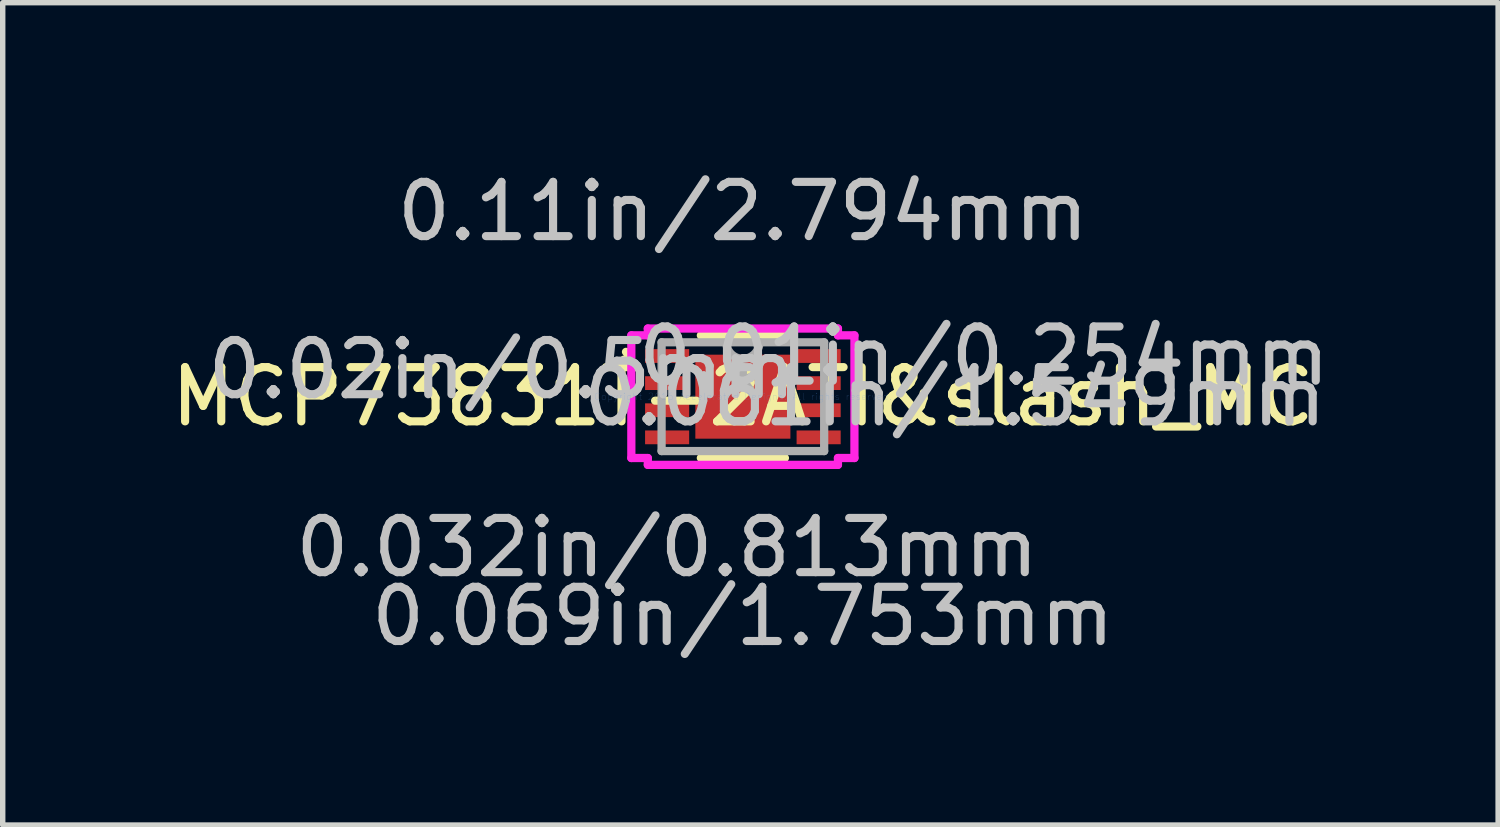
<source format=kicad_pcb>
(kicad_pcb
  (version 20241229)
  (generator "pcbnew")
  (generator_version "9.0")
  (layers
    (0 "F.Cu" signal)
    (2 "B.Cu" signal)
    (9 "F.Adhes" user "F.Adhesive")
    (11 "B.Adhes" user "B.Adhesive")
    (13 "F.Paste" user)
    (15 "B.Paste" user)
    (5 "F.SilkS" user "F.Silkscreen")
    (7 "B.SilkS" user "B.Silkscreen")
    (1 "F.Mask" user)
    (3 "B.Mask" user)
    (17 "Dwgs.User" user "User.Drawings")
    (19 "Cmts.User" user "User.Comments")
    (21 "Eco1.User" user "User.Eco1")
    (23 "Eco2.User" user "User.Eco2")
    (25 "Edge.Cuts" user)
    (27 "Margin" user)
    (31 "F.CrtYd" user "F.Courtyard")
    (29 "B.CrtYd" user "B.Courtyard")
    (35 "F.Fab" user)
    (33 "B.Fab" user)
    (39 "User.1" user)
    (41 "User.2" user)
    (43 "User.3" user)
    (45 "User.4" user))
  (footprint "MCP73831T-2ATI&slash_MC"
    (layer "F.Cu")
    (at 10.649 4.265)
    (property "Reference" "MCP73831T-2ATI&slash_MC" (at 0 0 0) (layer "F.SilkS") (effects (font (size 1 1) (thickness 0.15))))
    (attr through_hole)
    (fp_line (start -0.775 1.13) (end 0.775 1.13) (stroke (width 0.152) (type solid)) (layer "F.SilkS"))
    (fp_line (start 0.775 -1.13) (end -0.775 -1.13) (stroke (width 0.152) (type solid)) (layer "F.SilkS"))
    (fp_arc (start -2.155 -0.8262) (mid -2.081171 -0.73114) (end -2.191546 -0.683136) (stroke (width 0.1524) (type solid)) (layer "F.SilkS"))
    (fp_line (start -2.057 -1.131) (end -1.753 -1.131) (stroke (width 0.152) (type solid)) (layer "F.CrtYd"))
    (fp_line (start -2.057 1.131) (end -2.057 -1.131) (stroke (width 0.152) (type solid)) (layer "F.CrtYd"))
    (fp_line (start -1.753 -1.257) (end 1.753 -1.257) (stroke (width 0.152) (type solid)) (layer "F.CrtYd"))
    (fp_line (start -1.753 -1.131) (end -1.753 -1.257) (stroke (width 0.152) (type solid)) (layer "F.CrtYd"))
    (fp_line (start -1.753 1.131) (end -2.057 1.131) (stroke (width 0.152) (type solid)) (layer "F.CrtYd"))
    (fp_line (start -1.753 1.257) (end -1.753 1.131) (stroke (width 0.152) (type solid)) (layer "F.CrtYd"))
    (fp_line (start 1.753 -1.257) (end 1.753 -1.131) (stroke (width 0.152) (type solid)) (layer "F.CrtYd"))
    (fp_line (start 1.753 -1.131) (end 2.057 -1.131) (stroke (width 0.152) (type solid)) (layer "F.CrtYd"))
    (fp_line (start 1.753 1.131) (end 1.753 1.257) (stroke (width 0.152) (type solid)) (layer "F.CrtYd"))
    (fp_line (start 1.753 1.257) (end -1.753 1.257) (stroke (width 0.152) (type solid)) (layer "F.CrtYd"))
    (fp_line (start 2.057 -1.131) (end 2.057 1.131) (stroke (width 0.152) (type solid)) (layer "F.CrtYd"))
    (fp_line (start 2.057 1.131) (end 1.753 1.131) (stroke (width 0.152) (type solid)) (layer "F.CrtYd"))
    (fp_line (start -1.499 -1.003) (end -1.499 1.003) (stroke (width 0.152) (type solid)) (layer "F.Fab"))
    (fp_line (start -1.499 1.003) (end 1.499 1.003) (stroke (width 0.152) (type solid)) (layer "F.Fab"))
    (fp_line (start 1.499 -1.003) (end -1.499 -1.003) (stroke (width 0.152) (type solid)) (layer "F.Fab"))
    (fp_line (start 1.499 1.003) (end 1.499 -1.003) (stroke (width 0.152) (type solid)) (layer "F.Fab"))
    (fp_arc (start 0.3048 -1.0033) (mid 0 -0.6985) (end -0.3048 -1.0033) (stroke (width 0.1524) (type solid)) (layer "F.Fab"))
    (fp_text user "*" (at 0 0 0) (layer "F.SilkS") (effects (font (size 1 1) (thickness 0.15))))
    (fp_text user "0.01in/0.254mm" (at 4.445 -0.75 0) (layer "Dwgs.User") (effects (font (size 1 1) (thickness 0.15))))
    (fp_text user "0.032in/0.813mm" (at -1.397 2.781 0) (layer "Dwgs.User") (effects (font (size 1 1) (thickness 0.15))))
    (fp_text user "0.061in/1.549mm" (at 3.912 0 0) (layer "Dwgs.User") (effects (font (size 1 1) (thickness 0.15))))
    (fp_text user "0.11in/2.794mm" (at 0 -3.416 0) (layer "Dwgs.User") (effects (font (size 1 1) (thickness 0.15))))
    (fp_text user "0.02in/0.5mm" (at -4.445 -0.5 0) (layer "Dwgs.User") (effects (font (size 1 1) (thickness 0.15))))
    (fp_text user "0.069in/1.753mm" (at 0 4.051 0) (layer "Dwgs.User") (effects (font (size 1 1) (thickness 0.15))))
    (fp_text user "Copyright 2016 Accelerated Designs. All rights reserved." (at 0 0 0) (layer "Cmts.User") (effects (font (size 0.127 0.127) (thickness 0.002))))
    (fp_text user "*" (at 0 0 0) (layer "F.Fab") (effects (font (size 1 1) (thickness 0.15))))
    (pad "1" smd rect (at -1.397 -0.75) (size 0.813 0.254) (layers "F.Cu" "F.Mask" "F.Paste"))
    (pad "2" smd rect (at -1.397 -0.25) (size 0.813 0.254) (layers "F.Cu" "F.Mask" "F.Paste"))
    (pad "3" smd rect (at -1.397 0.25) (size 0.813 0.254) (layers "F.Cu" "F.Mask" "F.Paste"))
    (pad "4" smd rect (at -1.397 0.75) (size 0.813 0.254) (layers "F.Cu" "F.Mask" "F.Paste"))
    (pad "5" smd rect (at 1.397 0.75) (size 0.813 0.254) (layers "F.Cu" "F.Mask" "F.Paste"))
    (pad "6" smd rect (at 1.397 0.25) (size 0.813 0.254) (layers "F.Cu" "F.Mask" "F.Paste"))
    (pad "7" smd rect (at 1.397 -0.25) (size 0.813 0.254) (layers "F.Cu" "F.Mask" "F.Paste"))
    (pad "8" smd rect (at 1.397 -0.75) (size 0.813 0.254) (layers "F.Cu" "F.Mask" "F.Paste"))
    (pad "9" smd rect (at 0 0) (size 1.753 1.549) (layers "F.Cu" "F.Mask" "F.Paste")))
  (gr_rect
    (start -3 -3)
    (end 24.576 12.164)
    (stroke (width 0.1) (type default))
    (fill no)
    (layer "Edge.Cuts")))
</source>
